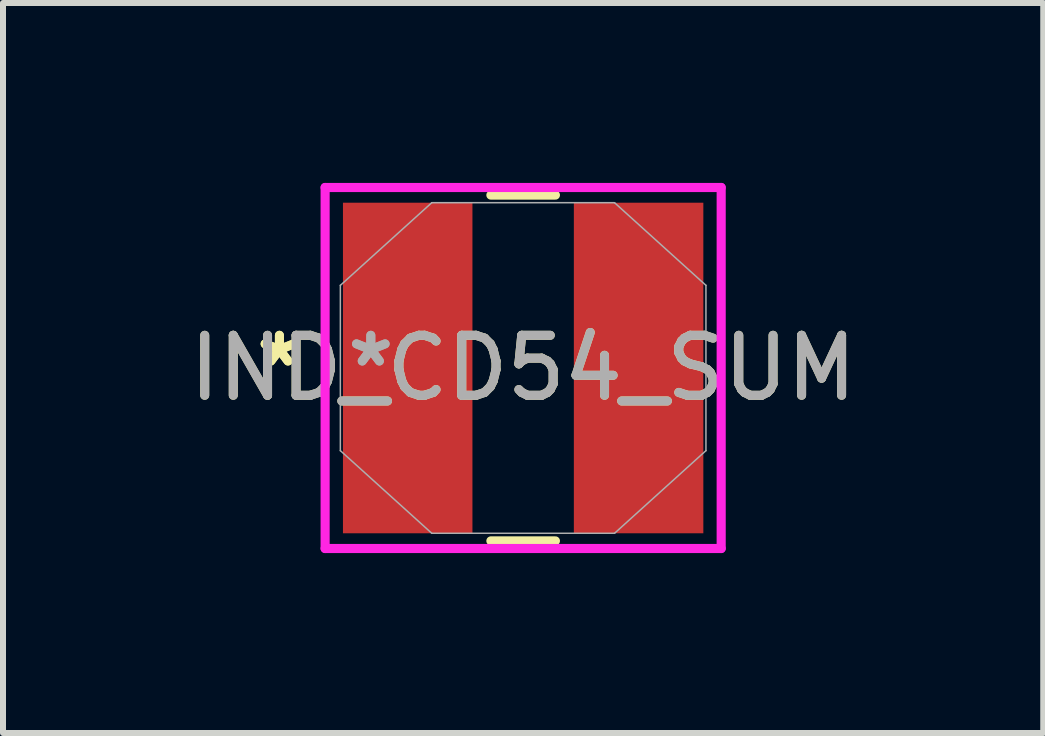
<source format=kicad_pcb>
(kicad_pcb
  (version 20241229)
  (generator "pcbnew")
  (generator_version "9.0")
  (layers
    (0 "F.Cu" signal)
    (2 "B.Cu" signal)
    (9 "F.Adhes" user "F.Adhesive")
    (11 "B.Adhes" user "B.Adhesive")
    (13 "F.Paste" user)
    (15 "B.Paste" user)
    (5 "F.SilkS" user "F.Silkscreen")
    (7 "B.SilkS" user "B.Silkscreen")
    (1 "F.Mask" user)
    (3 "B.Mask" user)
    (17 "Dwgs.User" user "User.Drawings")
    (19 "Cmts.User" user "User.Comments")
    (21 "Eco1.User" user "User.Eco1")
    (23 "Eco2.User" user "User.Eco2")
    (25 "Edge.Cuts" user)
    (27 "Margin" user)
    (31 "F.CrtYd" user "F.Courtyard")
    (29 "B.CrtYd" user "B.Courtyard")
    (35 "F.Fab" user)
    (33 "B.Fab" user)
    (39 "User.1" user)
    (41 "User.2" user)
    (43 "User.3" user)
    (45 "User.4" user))
  (footprint "IND_CD54_SUM"
    (layer "F.Cu")
    (at 5.673 3.086)
    (property "Reference" "IND_CD54_SUM" (at 0 0 0) (unlocked yes) (layer "F.SilkS") (effects (font (size 1 1) (thickness 0.15))))
    (attr smd)
    (fp_line (start -0.538 2.883) (end 0.538 2.883) (stroke (width 0.152) (type solid)) (layer "F.SilkS"))
    (fp_line (start 0.538 -2.883) (end -0.538 -2.883) (stroke (width 0.152) (type solid)) (layer "F.SilkS"))
    (fp_line (start -3.302 -3.01) (end 3.302 -3.01) (stroke (width 0.152) (type solid)) (layer "F.CrtYd"))
    (fp_line (start -3.302 3.01) (end -3.302 -3.01) (stroke (width 0.152) (type solid)) (layer "F.CrtYd"))
    (fp_line (start 3.302 -3.01) (end 3.302 3.01) (stroke (width 0.152) (type solid)) (layer "F.CrtYd"))
    (fp_line (start 3.302 3.01) (end -3.302 3.01) (stroke (width 0.152) (type solid)) (layer "F.CrtYd"))
    (fp_line (start -3.048 -1.378) (end -3.048 1.378) (stroke (width 0.025) (type solid)) (layer "F.Fab"))
    (fp_line (start -3.048 1.378) (end -1.524 2.756) (stroke (width 0.025) (type solid)) (layer "F.Fab"))
    (fp_line (start -1.524 -2.756) (end -3.048 -1.378) (stroke (width 0.025) (type solid)) (layer "F.Fab"))
    (fp_line (start -1.524 2.756) (end 1.524 2.756) (stroke (width 0.025) (type solid)) (layer "F.Fab"))
    (fp_line (start 1.524 -2.756) (end -1.524 -2.756) (stroke (width 0.025) (type solid)) (layer "F.Fab"))
    (fp_line (start 1.524 2.756) (end 3.048 1.378) (stroke (width 0.025) (type solid)) (layer "F.Fab"))
    (fp_line (start 3.048 -1.378) (end 1.524 -2.756) (stroke (width 0.025) (type solid)) (layer "F.Fab"))
    (fp_line (start 3.048 1.378) (end 3.048 -1.378) (stroke (width 0.025) (type solid)) (layer "F.Fab"))
    (fp_text user "*" (at -4.064 0 0) (layer "F.SilkS") (effects (font (size 1 1) (thickness 0.15))))
    (fp_text user "*" (at -4.064 0 0) (unlocked yes) (layer "F.SilkS") (effects (font (size 1 1) (thickness 0.15))))
    (fp_text user "*" (at -2.54 0 0) (layer "F.Fab") (effects (font (size 1 1) (thickness 0.15))))
    (fp_text user "${REFERENCE}" (at 0 0 0) (unlocked yes) (layer "F.Fab") (effects (font (size 1 1) (thickness 0.15))))
    (fp_text user "*" (at -2.54 0 0) (unlocked yes) (layer "F.Fab") (effects (font (size 1 1) (thickness 0.15))))
    (pad "1" smd rect (at -1.925 0) (size 2.159 5.512) (layers "F.Cu" "F.Mask" "F.Paste"))
    (pad "2" smd rect (at 1.925 0) (size 2.159 5.512) (layers "F.Cu" "F.Mask" "F.Paste")))
  (gr_rect
    (start -3 -3)
    (end 14.345 9.172)
    (stroke (width 0.1) (type default))
    (fill no)
    (layer "Edge.Cuts")))
</source>
